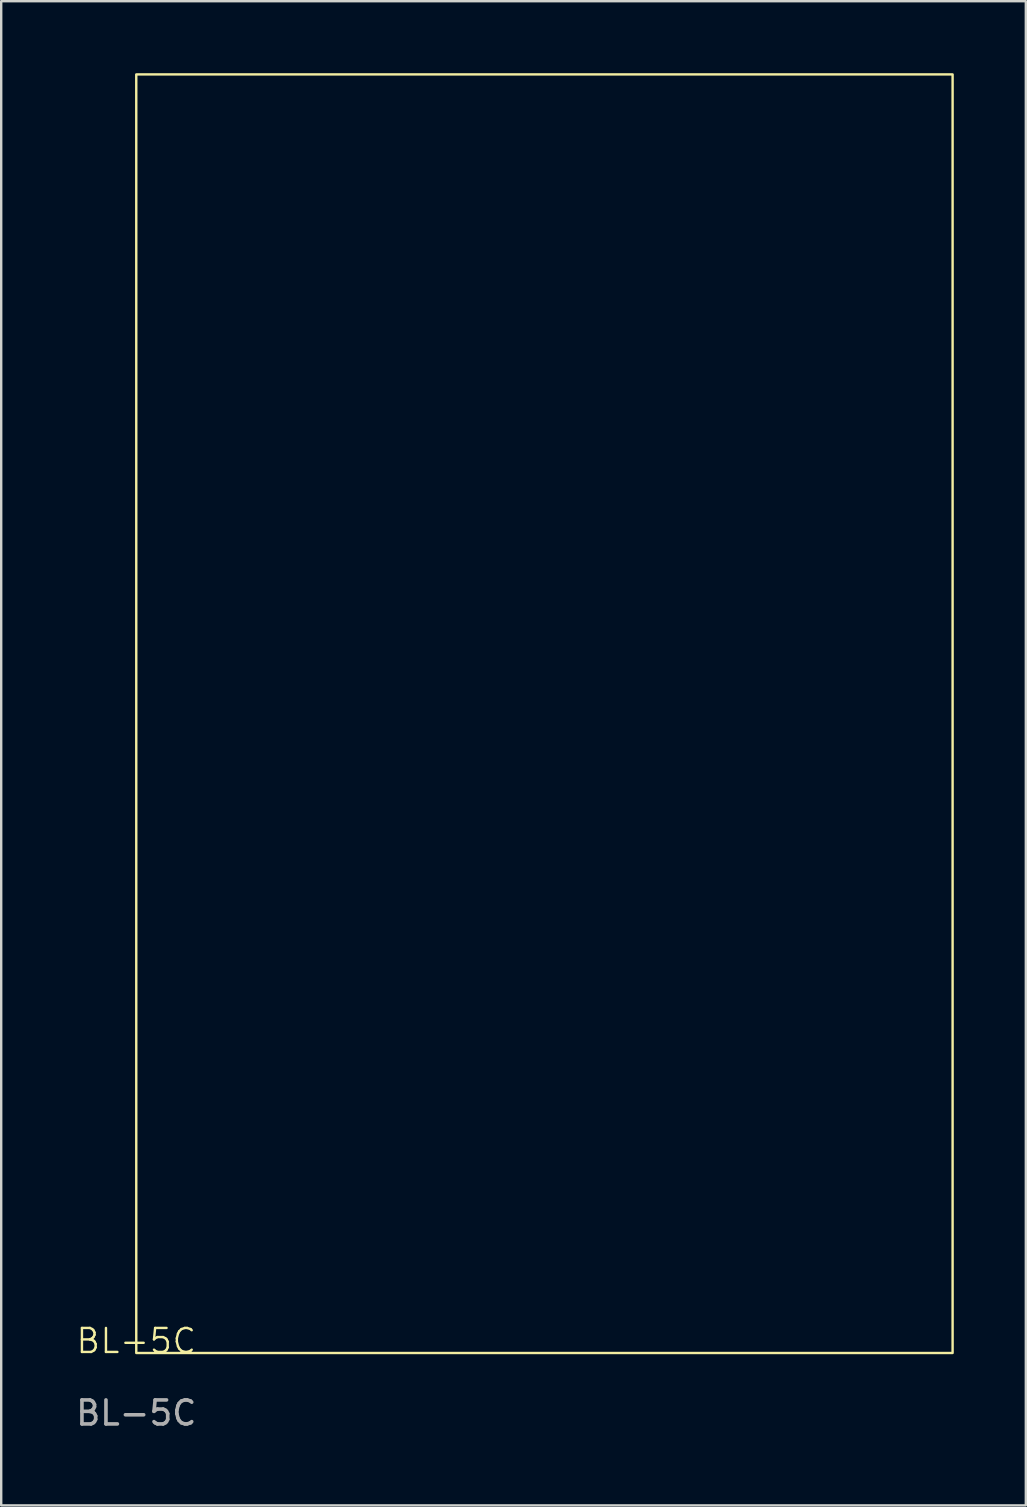
<source format=kicad_pcb>
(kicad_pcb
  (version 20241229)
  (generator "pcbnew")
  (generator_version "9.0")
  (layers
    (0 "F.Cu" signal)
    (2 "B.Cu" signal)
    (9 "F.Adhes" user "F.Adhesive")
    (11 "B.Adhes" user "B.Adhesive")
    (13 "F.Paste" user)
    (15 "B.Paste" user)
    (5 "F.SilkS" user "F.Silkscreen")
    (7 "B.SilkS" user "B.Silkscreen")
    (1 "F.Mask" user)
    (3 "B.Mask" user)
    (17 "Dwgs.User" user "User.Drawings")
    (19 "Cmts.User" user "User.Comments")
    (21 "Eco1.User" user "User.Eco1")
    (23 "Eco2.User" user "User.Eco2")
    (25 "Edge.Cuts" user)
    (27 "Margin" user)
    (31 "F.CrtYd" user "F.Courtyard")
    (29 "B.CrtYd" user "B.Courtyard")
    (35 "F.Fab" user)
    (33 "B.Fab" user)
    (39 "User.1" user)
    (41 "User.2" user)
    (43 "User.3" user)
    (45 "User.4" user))
  (footprint "BL-5C"
    (layer "F.Cu")
    (at 2.625 53.3)
    (property "Reference" "BL-5C" (at 0 -0.5 0) (unlocked yes) (layer "F.SilkS") (effects (font (size 1 1) (thickness 0.1))))
    (attr smd)
    (fp_rect (start 0 -53.25) (end 34 0) (stroke (width 0.1) (type default)) (fill no) (layer "F.SilkS"))
    (fp_text user "${REFERENCE}" (at 0 2.5 0) (unlocked yes) (layer "F.Fab") (effects (font (size 1 1) (thickness 0.15)))))
  (gr_rect
    (start -3 -3)
    (end 39.675 59.648)
    (stroke (width 0.1) (type default))
    (fill no)
    (layer "Edge.Cuts")))
</source>
